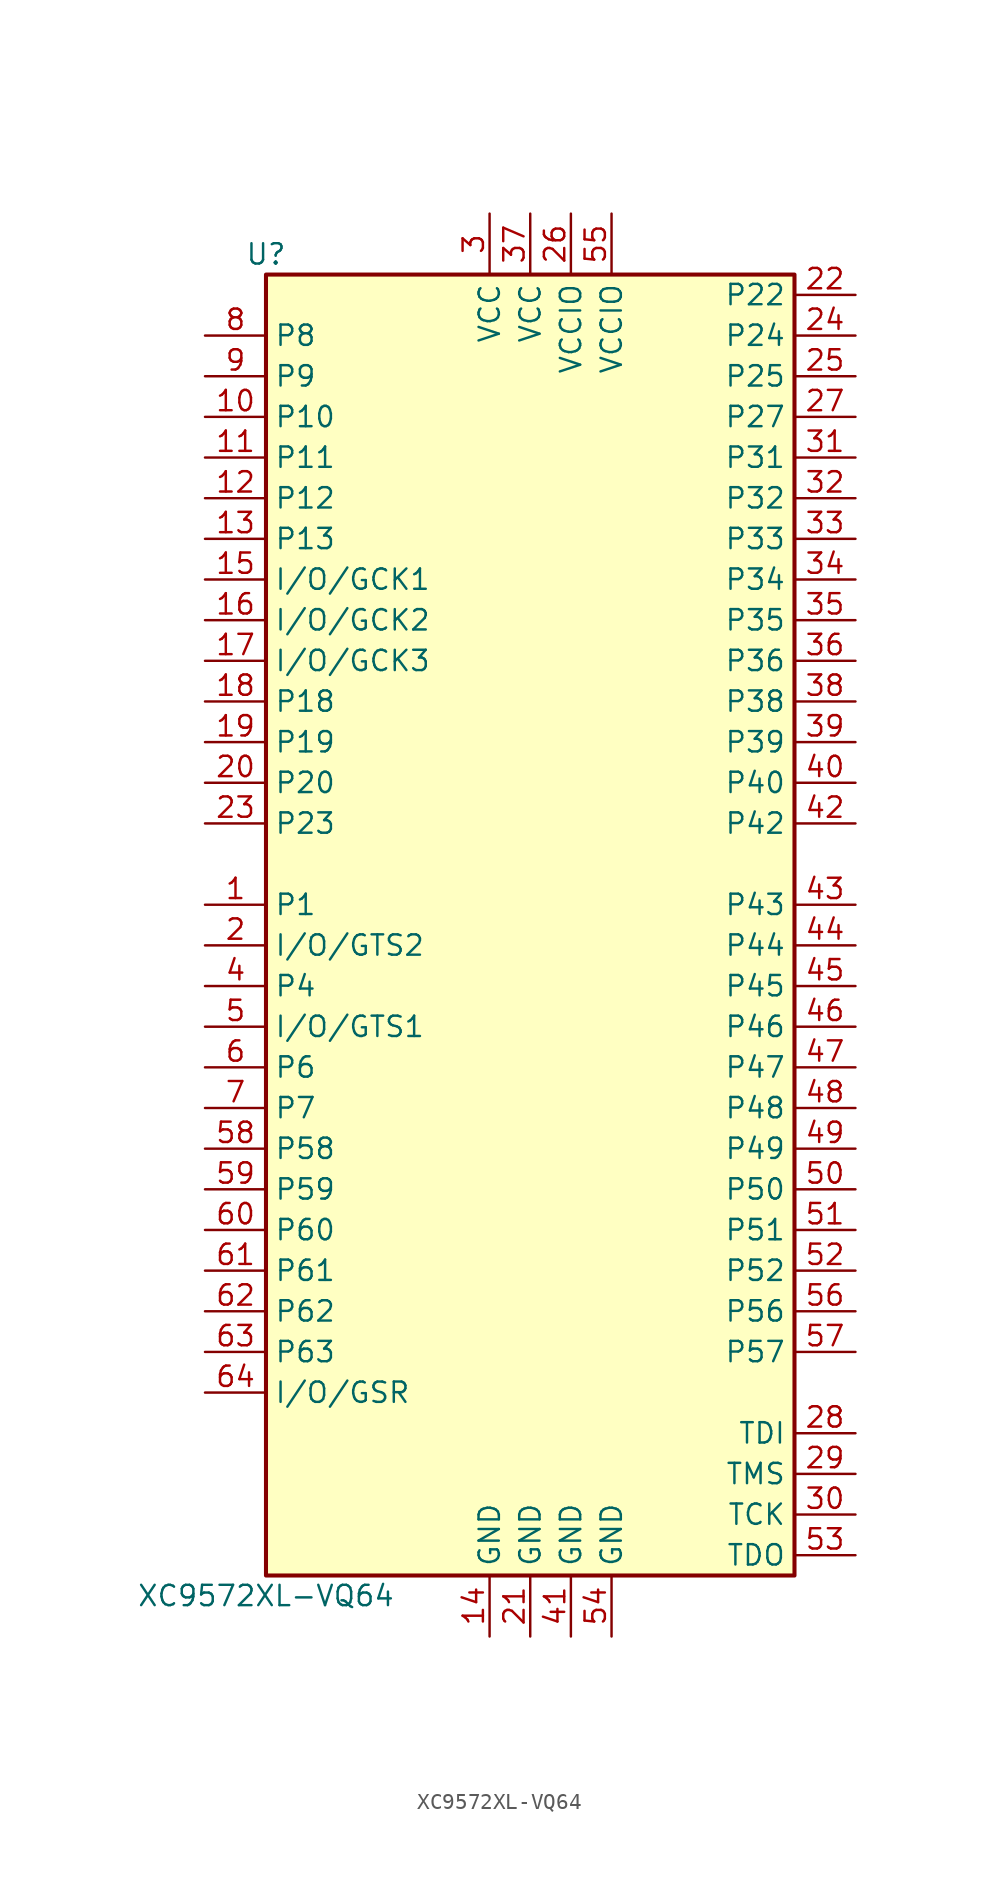
<source format=kicad_sym>
(kicad_symbol_lib
  (version 20201005)
  (generator kicad_symbol_editor)
  (symbol "CPLD_Xilinx:XC9572XL-VQ64"
    (property "Reference" "U"
      (at -16.51 40.64 0)
      (effects (font (size 1.27 1.27))))
    (property "Value" "XC9572XL-VQ64"
      (at -16.51 -43.18 0)
      (effects (font (size 1.27 1.27))))
    (symbol "XC9572XL-VQ64_1_1"
      (rectangle (start -16.51 39.37) (end 16.51 -41.91) (stroke (width 0.254)) (fill (type background)))
      (pin bidirectional line (at -20.32 0 0) (length 3.81) (name "P1" (effects (font (size 1.27 1.27)))) (number "1" (effects (font (size 1.27 1.27)))))
      (pin bidirectional line (at -20.32 -2.54 0) (length 3.81) (name "I/O/GTS2" (effects (font (size 1.27 1.27)))) (number "2" (effects (font (size 1.27 1.27)))))
      (pin power_in line (at -2.54 43.18 270) (length 3.81) (name "VCC" (effects (font (size 1.27 1.27)))) (number "3" (effects (font (size 1.27 1.27)))))
      (pin bidirectional line (at -20.32 -5.08 0) (length 3.81) (name "P4" (effects (font (size 1.27 1.27)))) (number "4" (effects (font (size 1.27 1.27)))))
      (pin bidirectional line (at -20.32 -7.62 0) (length 3.81) (name "I/O/GTS1" (effects (font (size 1.27 1.27)))) (number "5" (effects (font (size 1.27 1.27)))))
      (pin bidirectional line (at -20.32 -10.16 0) (length 3.81) (name "P6" (effects (font (size 1.27 1.27)))) (number "6" (effects (font (size 1.27 1.27)))))
      (pin bidirectional line (at -20.32 -12.7 0) (length 3.81) (name "P7" (effects (font (size 1.27 1.27)))) (number "7" (effects (font (size 1.27 1.27)))))
      (pin bidirectional line (at -20.32 35.56 0) (length 3.81) (name "P8" (effects (font (size 1.27 1.27)))) (number "8" (effects (font (size 1.27 1.27)))))
      (pin bidirectional line (at -20.32 33.02 0) (length 3.81) (name "P9" (effects (font (size 1.27 1.27)))) (number "9" (effects (font (size 1.27 1.27)))))
      (pin bidirectional line (at -20.32 30.48 0) (length 3.81) (name "P10" (effects (font (size 1.27 1.27)))) (number "10" (effects (font (size 1.27 1.27)))))
      (pin bidirectional line (at -20.32 7.62 0) (length 3.81) (name "P20" (effects (font (size 1.27 1.27)))) (number "20" (effects (font (size 1.27 1.27)))))
      (pin input line (at 20.32 -38.1 180) (length 3.81) (name "TCK" (effects (font (size 1.27 1.27)))) (number "30" (effects (font (size 1.27 1.27)))))
      (pin bidirectional line (at 20.32 7.62 180) (length 3.81) (name "P40" (effects (font (size 1.27 1.27)))) (number "40" (effects (font (size 1.27 1.27)))))
      (pin bidirectional line (at 20.32 -17.78 180) (length 3.81) (name "P50" (effects (font (size 1.27 1.27)))) (number "50" (effects (font (size 1.27 1.27)))))
      (pin bidirectional line (at -20.32 -20.32 0) (length 3.81) (name "P60" (effects (font (size 1.27 1.27)))) (number "60" (effects (font (size 1.27 1.27)))))
      (pin bidirectional line (at -20.32 27.94 0) (length 3.81) (name "P11" (effects (font (size 1.27 1.27)))) (number "11" (effects (font (size 1.27 1.27)))))
      (pin power_in line (at 0 -45.72 90) (length 3.81) (name "GND" (effects (font (size 1.27 1.27)))) (number "21" (effects (font (size 1.27 1.27)))))
      (pin bidirectional line (at 20.32 27.94 180) (length 3.81) (name "P31" (effects (font (size 1.27 1.27)))) (number "31" (effects (font (size 1.27 1.27)))))
      (pin power_in line (at 2.54 -45.72 90) (length 3.81) (name "GND" (effects (font (size 1.27 1.27)))) (number "41" (effects (font (size 1.27 1.27)))))
      (pin bidirectional line (at 20.32 -20.32 180) (length 3.81) (name "P51" (effects (font (size 1.27 1.27)))) (number "51" (effects (font (size 1.27 1.27)))))
      (pin bidirectional line (at -20.32 -22.86 0) (length 3.81) (name "P61" (effects (font (size 1.27 1.27)))) (number "61" (effects (font (size 1.27 1.27)))))
      (pin bidirectional line (at -20.32 25.4 0) (length 3.81) (name "P12" (effects (font (size 1.27 1.27)))) (number "12" (effects (font (size 1.27 1.27)))))
      (pin bidirectional line (at 20.32 38.1 180) (length 3.81) (name "P22" (effects (font (size 1.27 1.27)))) (number "22" (effects (font (size 1.27 1.27)))))
      (pin bidirectional line (at 20.32 25.4 180) (length 3.81) (name "P32" (effects (font (size 1.27 1.27)))) (number "32" (effects (font (size 1.27 1.27)))))
      (pin bidirectional line (at 20.32 5.08 180) (length 3.81) (name "P42" (effects (font (size 1.27 1.27)))) (number "42" (effects (font (size 1.27 1.27)))))
      (pin bidirectional line (at 20.32 -22.86 180) (length 3.81) (name "P52" (effects (font (size 1.27 1.27)))) (number "52" (effects (font (size 1.27 1.27)))))
      (pin bidirectional line (at -20.32 -25.4 0) (length 3.81) (name "P62" (effects (font (size 1.27 1.27)))) (number "62" (effects (font (size 1.27 1.27)))))
      (pin bidirectional line (at -20.32 22.86 0) (length 3.81) (name "P13" (effects (font (size 1.27 1.27)))) (number "13" (effects (font (size 1.27 1.27)))))
      (pin bidirectional line (at -20.32 5.08 0) (length 3.81) (name "P23" (effects (font (size 1.27 1.27)))) (number "23" (effects (font (size 1.27 1.27)))))
      (pin bidirectional line (at 20.32 22.86 180) (length 3.81) (name "P33" (effects (font (size 1.27 1.27)))) (number "33" (effects (font (size 1.27 1.27)))))
      (pin bidirectional line (at 20.32 0 180) (length 3.81) (name "P43" (effects (font (size 1.27 1.27)))) (number "43" (effects (font (size 1.27 1.27)))))
      (pin output line (at 20.32 -40.64 180) (length 3.81) (name "TDO" (effects (font (size 1.27 1.27)))) (number "53" (effects (font (size 1.27 1.27)))))
      (pin bidirectional line (at -20.32 -27.94 0) (length 3.81) (name "P63" (effects (font (size 1.27 1.27)))) (number "63" (effects (font (size 1.27 1.27)))))
      (pin power_in line (at -2.54 -45.72 90) (length 3.81) (name "GND" (effects (font (size 1.27 1.27)))) (number "14" (effects (font (size 1.27 1.27)))))
      (pin bidirectional line (at 20.32 35.56 180) (length 3.81) (name "P24" (effects (font (size 1.27 1.27)))) (number "24" (effects (font (size 1.27 1.27)))))
      (pin bidirectional line (at 20.32 20.32 180) (length 3.81) (name "P34" (effects (font (size 1.27 1.27)))) (number "34" (effects (font (size 1.27 1.27)))))
      (pin bidirectional line (at 20.32 -2.54 180) (length 3.81) (name "P44" (effects (font (size 1.27 1.27)))) (number "44" (effects (font (size 1.27 1.27)))))
      (pin power_in line (at 5.08 -45.72 90) (length 3.81) (name "GND" (effects (font (size 1.27 1.27)))) (number "54" (effects (font (size 1.27 1.27)))))
      (pin bidirectional line (at -20.32 -30.48 0) (length 3.81) (name "I/O/GSR" (effects (font (size 1.27 1.27)))) (number "64" (effects (font (size 1.27 1.27)))))
      (pin bidirectional line (at -20.32 20.32 0) (length 3.81) (name "I/O/GCK1" (effects (font (size 1.27 1.27)))) (number "15" (effects (font (size 1.27 1.27)))))
      (pin bidirectional line (at 20.32 33.02 180) (length 3.81) (name "P25" (effects (font (size 1.27 1.27)))) (number "25" (effects (font (size 1.27 1.27)))))
      (pin bidirectional line (at 20.32 17.78 180) (length 3.81) (name "P35" (effects (font (size 1.27 1.27)))) (number "35" (effects (font (size 1.27 1.27)))))
      (pin bidirectional line (at 20.32 -5.08 180) (length 3.81) (name "P45" (effects (font (size 1.27 1.27)))) (number "45" (effects (font (size 1.27 1.27)))))
      (pin power_in line (at 5.08 43.18 270) (length 3.81) (name "VCCIO" (effects (font (size 1.27 1.27)))) (number "55" (effects (font (size 1.27 1.27)))))
      (pin bidirectional line (at -20.32 17.78 0) (length 3.81) (name "I/O/GCK2" (effects (font (size 1.27 1.27)))) (number "16" (effects (font (size 1.27 1.27)))))
      (pin power_in line (at 2.54 43.18 270) (length 3.81) (name "VCCIO" (effects (font (size 1.27 1.27)))) (number "26" (effects (font (size 1.27 1.27)))))
      (pin bidirectional line (at 20.32 15.24 180) (length 3.81) (name "P36" (effects (font (size 1.27 1.27)))) (number "36" (effects (font (size 1.27 1.27)))))
      (pin bidirectional line (at 20.32 -7.62 180) (length 3.81) (name "P46" (effects (font (size 1.27 1.27)))) (number "46" (effects (font (size 1.27 1.27)))))
      (pin bidirectional line (at 20.32 -25.4 180) (length 3.81) (name "P56" (effects (font (size 1.27 1.27)))) (number "56" (effects (font (size 1.27 1.27)))))
      (pin bidirectional line (at -20.32 15.24 0) (length 3.81) (name "I/O/GCK3" (effects (font (size 1.27 1.27)))) (number "17" (effects (font (size 1.27 1.27)))))
      (pin bidirectional line (at 20.32 30.48 180) (length 3.81) (name "P27" (effects (font (size 1.27 1.27)))) (number "27" (effects (font (size 1.27 1.27)))))
      (pin power_in line (at 0 43.18 270) (length 3.81) (name "VCC" (effects (font (size 1.27 1.27)))) (number "37" (effects (font (size 1.27 1.27)))))
      (pin bidirectional line (at 20.32 -10.16 180) (length 3.81) (name "P47" (effects (font (size 1.27 1.27)))) (number "47" (effects (font (size 1.27 1.27)))))
      (pin bidirectional line (at 20.32 -27.94 180) (length 3.81) (name "P57" (effects (font (size 1.27 1.27)))) (number "57" (effects (font (size 1.27 1.27)))))
      (pin bidirectional line (at -20.32 12.7 0) (length 3.81) (name "P18" (effects (font (size 1.27 1.27)))) (number "18" (effects (font (size 1.27 1.27)))))
      (pin input line (at 20.32 -33.02 180) (length 3.81) (name "TDI" (effects (font (size 1.27 1.27)))) (number "28" (effects (font (size 1.27 1.27)))))
      (pin bidirectional line (at 20.32 12.7 180) (length 3.81) (name "P38" (effects (font (size 1.27 1.27)))) (number "38" (effects (font (size 1.27 1.27)))))
      (pin bidirectional line (at 20.32 -12.7 180) (length 3.81) (name "P48" (effects (font (size 1.27 1.27)))) (number "48" (effects (font (size 1.27 1.27)))))
      (pin bidirectional line (at -20.32 -15.24 0) (length 3.81) (name "P58" (effects (font (size 1.27 1.27)))) (number "58" (effects (font (size 1.27 1.27)))))
      (pin bidirectional line (at -20.32 10.16 0) (length 3.81) (name "P19" (effects (font (size 1.27 1.27)))) (number "19" (effects (font (size 1.27 1.27)))))
      (pin input line (at 20.32 -35.56 180) (length 3.81) (name "TMS" (effects (font (size 1.27 1.27)))) (number "29" (effects (font (size 1.27 1.27)))))
      (pin bidirectional line (at 20.32 10.16 180) (length 3.81) (name "P39" (effects (font (size 1.27 1.27)))) (number "39" (effects (font (size 1.27 1.27)))))
      (pin bidirectional line (at 20.32 -15.24 180) (length 3.81) (name "P49" (effects (font (size 1.27 1.27)))) (number "49" (effects (font (size 1.27 1.27)))))
      (pin bidirectional line (at -20.32 -17.78 0) (length 3.81) (name "P59" (effects (font (size 1.27 1.27)))) (number "59" (effects (font (size 1.27 1.27))))))))
</source>
